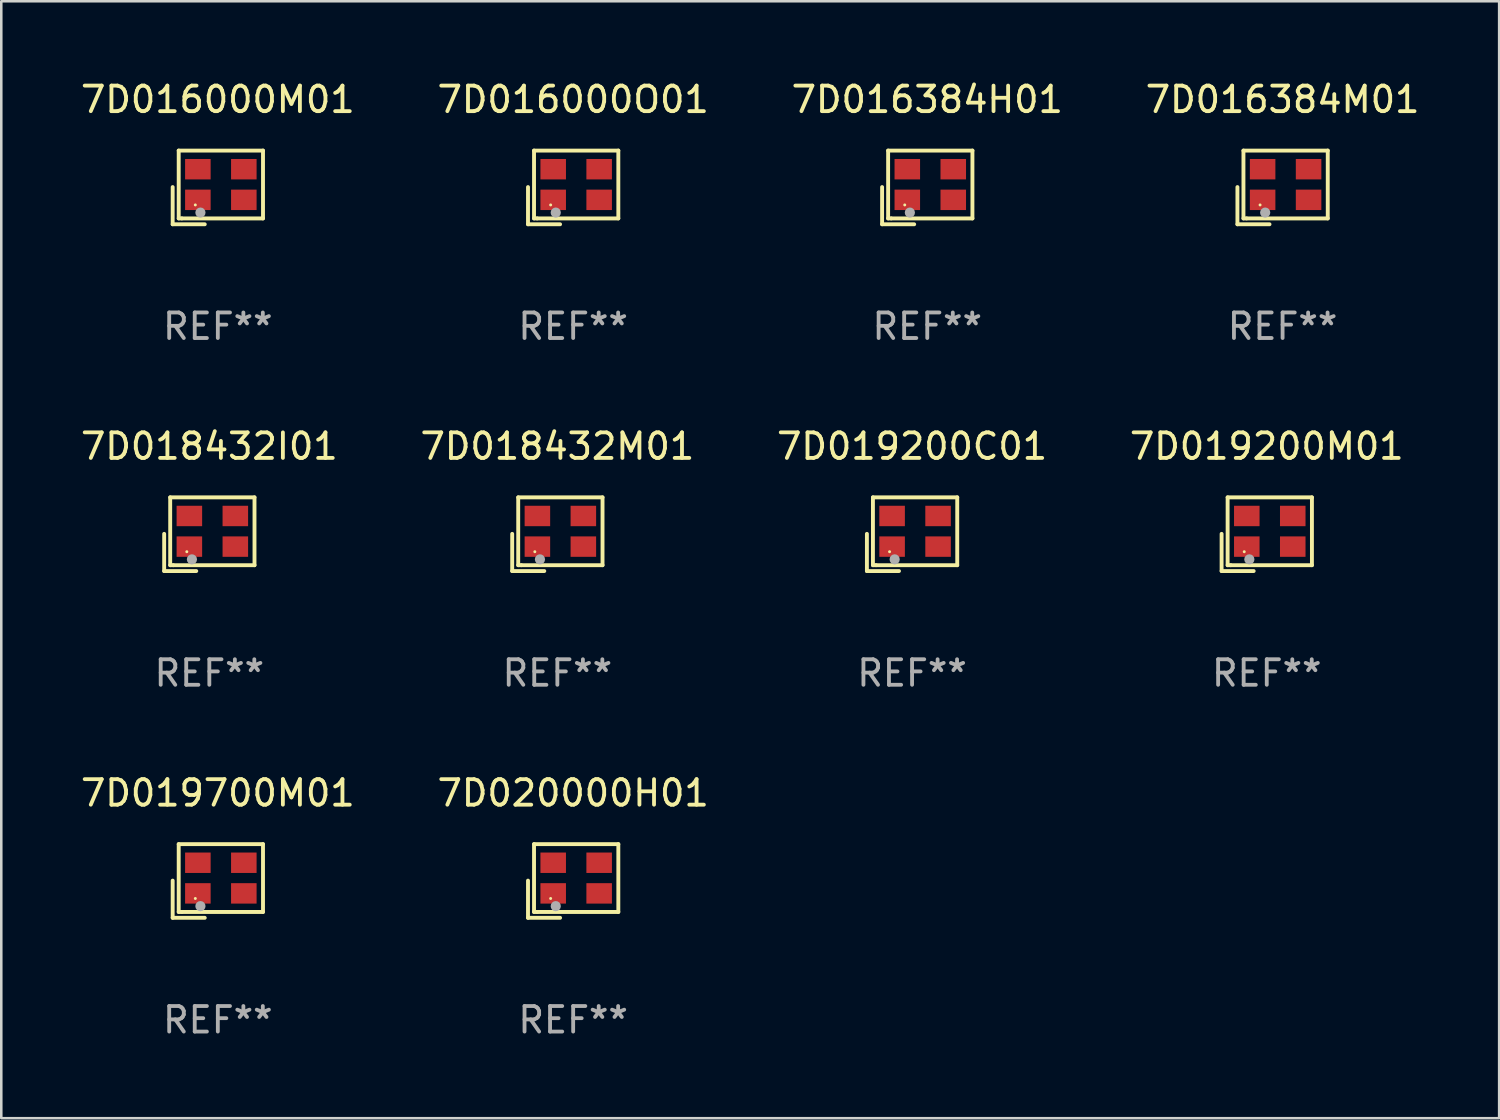
<source format=kicad_pcb>
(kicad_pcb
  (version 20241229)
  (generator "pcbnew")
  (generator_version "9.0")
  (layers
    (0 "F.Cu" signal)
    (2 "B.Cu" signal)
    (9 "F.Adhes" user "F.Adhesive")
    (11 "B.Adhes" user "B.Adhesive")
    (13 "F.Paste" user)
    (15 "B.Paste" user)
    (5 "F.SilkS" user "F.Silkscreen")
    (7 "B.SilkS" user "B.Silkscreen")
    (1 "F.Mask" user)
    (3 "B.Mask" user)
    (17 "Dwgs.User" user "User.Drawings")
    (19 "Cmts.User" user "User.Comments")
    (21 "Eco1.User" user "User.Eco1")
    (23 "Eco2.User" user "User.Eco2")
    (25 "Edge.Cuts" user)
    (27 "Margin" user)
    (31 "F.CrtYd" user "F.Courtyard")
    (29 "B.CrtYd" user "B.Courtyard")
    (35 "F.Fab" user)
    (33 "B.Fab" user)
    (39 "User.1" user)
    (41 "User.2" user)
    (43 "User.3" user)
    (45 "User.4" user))
  (footprint "7D016384M01"
    (layer "F.Cu")
    (at 47.185 4.291)
    (property "Reference" "7D016384M01" (at 0 -3.443 0) (layer "F.SilkS") (effects (font (size 1 1) (thickness 0.15))))
    (attr through_hole)
    (fp_line (start -1.769 -0.014) (end -1.769 1.443) (stroke (width 0.152) (type solid)) (layer "F.SilkS"))
    (fp_line (start -1.769 1.443) (end -0.512 1.443) (stroke (width 0.152) (type solid)) (layer "F.SilkS"))
    (fp_line (start -1.533 -1.443) (end 1.769 -1.443) (stroke (width 0.152) (type solid)) (layer "F.SilkS"))
    (fp_line (start -1.533 1.214) (end -1.533 -1.443) (stroke (width 0.152) (type solid)) (layer "F.SilkS"))
    (fp_line (start -1.411 1.214) (end -1.533 1.214) (stroke (width 0.152) (type solid)) (layer "F.SilkS"))
    (fp_line (start 1.769 -1.443) (end 1.769 1.214) (stroke (width 0.152) (type solid)) (layer "F.SilkS"))
    (fp_line (start 1.769 1.214) (end -1.411 1.214) (stroke (width 0.152) (type solid)) (layer "F.SilkS"))
    (fp_circle (center -0.882 0.686) (end -0.852 0.686) (stroke (width 0.06) (type solid)) (fill no) (layer "F.SilkS"))
    (fp_circle (center -0.682 0.986) (end -0.582 0.986) (stroke (width 0.2) (type solid)) (fill no) (layer "F.Fab"))
    (fp_text user "REF**" (at 0 5.443 0) (layer "F.Fab") (effects (font (size 1 1) (thickness 0.15))))
    (pad "1" smd rect (at -0.782 0.486 90) (size 0.8 1) (layers "F.Cu" "F.Mask" "F.Paste"))
    (pad "2" smd rect (at 1.018 0.486 90) (size 0.8 1) (layers "F.Cu" "F.Mask" "F.Paste"))
    (pad "3" smd rect (at 1.018 -0.714 90) (size 0.8 1) (layers "F.Cu" "F.Mask" "F.Paste"))
    (pad "4" smd rect (at -0.782 -0.714 90) (size 0.8 1) (layers "F.Cu" "F.Mask" "F.Paste")))
  (footprint "7D019200C01"
    (layer "F.Cu")
    (at 32.673 17.873)
    (property "Reference" "7D019200C01" (at 0 -3.443 0) (layer "F.SilkS") (effects (font (size 1 1) (thickness 0.15))))
    (attr through_hole)
    (fp_line (start -1.769 -0.014) (end -1.769 1.443) (stroke (width 0.152) (type solid)) (layer "F.SilkS"))
    (fp_line (start -1.769 1.443) (end -0.512 1.443) (stroke (width 0.152) (type solid)) (layer "F.SilkS"))
    (fp_line (start -1.533 -1.443) (end 1.769 -1.443) (stroke (width 0.152) (type solid)) (layer "F.SilkS"))
    (fp_line (start -1.533 1.214) (end -1.533 -1.443) (stroke (width 0.152) (type solid)) (layer "F.SilkS"))
    (fp_line (start -1.411 1.214) (end -1.533 1.214) (stroke (width 0.152) (type solid)) (layer "F.SilkS"))
    (fp_line (start 1.769 -1.443) (end 1.769 1.214) (stroke (width 0.152) (type solid)) (layer "F.SilkS"))
    (fp_line (start 1.769 1.214) (end -1.411 1.214) (stroke (width 0.152) (type solid)) (layer "F.SilkS"))
    (fp_circle (center -0.882 0.686) (end -0.852 0.686) (stroke (width 0.06) (type solid)) (fill no) (layer "F.SilkS"))
    (fp_circle (center -0.682 0.986) (end -0.582 0.986) (stroke (width 0.2) (type solid)) (fill no) (layer "F.Fab"))
    (fp_text user "REF**" (at 0 5.443 0) (layer "F.Fab") (effects (font (size 1 1) (thickness 0.15))))
    (pad "1" smd rect (at -0.782 0.486 90) (size 0.8 1) (layers "F.Cu" "F.Mask" "F.Paste"))
    (pad "2" smd rect (at 1.018 0.486 90) (size 0.8 1) (layers "F.Cu" "F.Mask" "F.Paste"))
    (pad "3" smd rect (at 1.018 -0.714 90) (size 0.8 1) (layers "F.Cu" "F.Mask" "F.Paste"))
    (pad "4" smd rect (at -0.782 -0.714 90) (size 0.8 1) (layers "F.Cu" "F.Mask" "F.Paste")))
  (footprint "7D020000H01"
    (layer "F.Cu")
    (at 19.399 31.455)
    (property "Reference" "7D020000H01" (at 0 -3.443 0) (layer "F.SilkS") (effects (font (size 1 1) (thickness 0.15))))
    (attr through_hole)
    (fp_line (start -1.769 -0.014) (end -1.769 1.443) (stroke (width 0.152) (type solid)) (layer "F.SilkS"))
    (fp_line (start -1.769 1.443) (end -0.512 1.443) (stroke (width 0.152) (type solid)) (layer "F.SilkS"))
    (fp_line (start -1.533 -1.443) (end 1.769 -1.443) (stroke (width 0.152) (type solid)) (layer "F.SilkS"))
    (fp_line (start -1.533 1.214) (end -1.533 -1.443) (stroke (width 0.152) (type solid)) (layer "F.SilkS"))
    (fp_line (start -1.411 1.214) (end -1.533 1.214) (stroke (width 0.152) (type solid)) (layer "F.SilkS"))
    (fp_line (start 1.769 -1.443) (end 1.769 1.214) (stroke (width 0.152) (type solid)) (layer "F.SilkS"))
    (fp_line (start 1.769 1.214) (end -1.411 1.214) (stroke (width 0.152) (type solid)) (layer "F.SilkS"))
    (fp_circle (center -0.882 0.686) (end -0.852 0.686) (stroke (width 0.06) (type solid)) (fill no) (layer "F.SilkS"))
    (fp_circle (center -0.682 0.986) (end -0.582 0.986) (stroke (width 0.2) (type solid)) (fill no) (layer "F.Fab"))
    (fp_text user "REF**" (at 0 5.443 0) (layer "F.Fab") (effects (font (size 1 1) (thickness 0.15))))
    (pad "1" smd rect (at -0.782 0.486 90) (size 0.8 1) (layers "F.Cu" "F.Mask" "F.Paste"))
    (pad "2" smd rect (at 1.018 0.486 90) (size 0.8 1) (layers "F.Cu" "F.Mask" "F.Paste"))
    (pad "3" smd rect (at 1.018 -0.714 90) (size 0.8 1) (layers "F.Cu" "F.Mask" "F.Paste"))
    (pad "4" smd rect (at -0.782 -0.714 90) (size 0.8 1) (layers "F.Cu" "F.Mask" "F.Paste")))
  (footprint "7D018432M01"
    (layer "F.Cu")
    (at 18.78 17.873)
    (property "Reference" "7D018432M01" (at 0 -3.443 0) (layer "F.SilkS") (effects (font (size 1 1) (thickness 0.15))))
    (attr through_hole)
    (fp_line (start -1.769 -0.014) (end -1.769 1.443) (stroke (width 0.152) (type solid)) (layer "F.SilkS"))
    (fp_line (start -1.769 1.443) (end -0.512 1.443) (stroke (width 0.152) (type solid)) (layer "F.SilkS"))
    (fp_line (start -1.533 -1.443) (end 1.769 -1.443) (stroke (width 0.152) (type solid)) (layer "F.SilkS"))
    (fp_line (start -1.533 1.214) (end -1.533 -1.443) (stroke (width 0.152) (type solid)) (layer "F.SilkS"))
    (fp_line (start -1.411 1.214) (end -1.533 1.214) (stroke (width 0.152) (type solid)) (layer "F.SilkS"))
    (fp_line (start 1.769 -1.443) (end 1.769 1.214) (stroke (width 0.152) (type solid)) (layer "F.SilkS"))
    (fp_line (start 1.769 1.214) (end -1.411 1.214) (stroke (width 0.152) (type solid)) (layer "F.SilkS"))
    (fp_circle (center -0.882 0.686) (end -0.852 0.686) (stroke (width 0.06) (type solid)) (fill no) (layer "F.SilkS"))
    (fp_circle (center -0.682 0.986) (end -0.582 0.986) (stroke (width 0.2) (type solid)) (fill no) (layer "F.Fab"))
    (fp_text user "REF**" (at 0 5.443 0) (layer "F.Fab") (effects (font (size 1 1) (thickness 0.15))))
    (pad "1" smd rect (at -0.782 0.486 90) (size 0.8 1) (layers "F.Cu" "F.Mask" "F.Paste"))
    (pad "2" smd rect (at 1.018 0.486 90) (size 0.8 1) (layers "F.Cu" "F.Mask" "F.Paste"))
    (pad "3" smd rect (at 1.018 -0.714 90) (size 0.8 1) (layers "F.Cu" "F.Mask" "F.Paste"))
    (pad "4" smd rect (at -0.782 -0.714 90) (size 0.8 1) (layers "F.Cu" "F.Mask" "F.Paste")))
  (footprint "7D016000O01"
    (layer "F.Cu")
    (at 19.399 4.291)
    (property "Reference" "7D016000O01" (at 0 -3.443 0) (layer "F.SilkS") (effects (font (size 1 1) (thickness 0.15))))
    (attr through_hole)
    (fp_line (start -1.769 -0.014) (end -1.769 1.443) (stroke (width 0.152) (type solid)) (layer "F.SilkS"))
    (fp_line (start -1.769 1.443) (end -0.512 1.443) (stroke (width 0.152) (type solid)) (layer "F.SilkS"))
    (fp_line (start -1.533 -1.443) (end 1.769 -1.443) (stroke (width 0.152) (type solid)) (layer "F.SilkS"))
    (fp_line (start -1.533 1.214) (end -1.533 -1.443) (stroke (width 0.152) (type solid)) (layer "F.SilkS"))
    (fp_line (start -1.411 1.214) (end -1.533 1.214) (stroke (width 0.152) (type solid)) (layer "F.SilkS"))
    (fp_line (start 1.769 -1.443) (end 1.769 1.214) (stroke (width 0.152) (type solid)) (layer "F.SilkS"))
    (fp_line (start 1.769 1.214) (end -1.411 1.214) (stroke (width 0.152) (type solid)) (layer "F.SilkS"))
    (fp_circle (center -0.882 0.686) (end -0.852 0.686) (stroke (width 0.06) (type solid)) (fill no) (layer "F.SilkS"))
    (fp_circle (center -0.682 0.986) (end -0.582 0.986) (stroke (width 0.2) (type solid)) (fill no) (layer "F.Fab"))
    (fp_text user "REF**" (at 0 5.443 0) (layer "F.Fab") (effects (font (size 1 1) (thickness 0.15))))
    (pad "1" smd rect (at -0.782 0.486 90) (size 0.8 1) (layers "F.Cu" "F.Mask" "F.Paste"))
    (pad "2" smd rect (at 1.018 0.486 90) (size 0.8 1) (layers "F.Cu" "F.Mask" "F.Paste"))
    (pad "3" smd rect (at 1.018 -0.714 90) (size 0.8 1) (layers "F.Cu" "F.Mask" "F.Paste"))
    (pad "4" smd rect (at -0.782 -0.714 90) (size 0.8 1) (layers "F.Cu" "F.Mask" "F.Paste")))
  (footprint "7D019700M01"
    (layer "F.Cu")
    (at 5.482 31.455)
    (property "Reference" "7D019700M01" (at 0 -3.443 0) (layer "F.SilkS") (effects (font (size 1 1) (thickness 0.15))))
    (attr through_hole)
    (fp_line (start -1.769 -0.014) (end -1.769 1.443) (stroke (width 0.152) (type solid)) (layer "F.SilkS"))
    (fp_line (start -1.769 1.443) (end -0.512 1.443) (stroke (width 0.152) (type solid)) (layer "F.SilkS"))
    (fp_line (start -1.533 -1.443) (end 1.769 -1.443) (stroke (width 0.152) (type solid)) (layer "F.SilkS"))
    (fp_line (start -1.533 1.214) (end -1.533 -1.443) (stroke (width 0.152) (type solid)) (layer "F.SilkS"))
    (fp_line (start -1.411 1.214) (end -1.533 1.214) (stroke (width 0.152) (type solid)) (layer "F.SilkS"))
    (fp_line (start 1.769 -1.443) (end 1.769 1.214) (stroke (width 0.152) (type solid)) (layer "F.SilkS"))
    (fp_line (start 1.769 1.214) (end -1.411 1.214) (stroke (width 0.152) (type solid)) (layer "F.SilkS"))
    (fp_circle (center -0.882 0.686) (end -0.852 0.686) (stroke (width 0.06) (type solid)) (fill no) (layer "F.SilkS"))
    (fp_circle (center -0.682 0.986) (end -0.582 0.986) (stroke (width 0.2) (type solid)) (fill no) (layer "F.Fab"))
    (fp_text user "REF**" (at 0 5.443 0) (layer "F.Fab") (effects (font (size 1 1) (thickness 0.15))))
    (pad "1" smd rect (at -0.782 0.486 90) (size 0.8 1) (layers "F.Cu" "F.Mask" "F.Paste"))
    (pad "2" smd rect (at 1.018 0.486 90) (size 0.8 1) (layers "F.Cu" "F.Mask" "F.Paste"))
    (pad "3" smd rect (at 1.018 -0.714 90) (size 0.8 1) (layers "F.Cu" "F.Mask" "F.Paste"))
    (pad "4" smd rect (at -0.782 -0.714 90) (size 0.8 1) (layers "F.Cu" "F.Mask" "F.Paste")))
  (footprint "7D019200M01"
    (layer "F.Cu")
    (at 46.565 17.873)
    (property "Reference" "7D019200M01" (at 0 -3.443 0) (layer "F.SilkS") (effects (font (size 1 1) (thickness 0.15))))
    (attr through_hole)
    (fp_line (start -1.769 -0.014) (end -1.769 1.443) (stroke (width 0.152) (type solid)) (layer "F.SilkS"))
    (fp_line (start -1.769 1.443) (end -0.512 1.443) (stroke (width 0.152) (type solid)) (layer "F.SilkS"))
    (fp_line (start -1.533 -1.443) (end 1.769 -1.443) (stroke (width 0.152) (type solid)) (layer "F.SilkS"))
    (fp_line (start -1.533 1.214) (end -1.533 -1.443) (stroke (width 0.152) (type solid)) (layer "F.SilkS"))
    (fp_line (start -1.411 1.214) (end -1.533 1.214) (stroke (width 0.152) (type solid)) (layer "F.SilkS"))
    (fp_line (start 1.769 -1.443) (end 1.769 1.214) (stroke (width 0.152) (type solid)) (layer "F.SilkS"))
    (fp_line (start 1.769 1.214) (end -1.411 1.214) (stroke (width 0.152) (type solid)) (layer "F.SilkS"))
    (fp_circle (center -0.882 0.686) (end -0.852 0.686) (stroke (width 0.06) (type solid)) (fill no) (layer "F.SilkS"))
    (fp_circle (center -0.682 0.986) (end -0.582 0.986) (stroke (width 0.2) (type solid)) (fill no) (layer "F.Fab"))
    (fp_text user "REF**" (at 0 5.443 0) (layer "F.Fab") (effects (font (size 1 1) (thickness 0.15))))
    (pad "1" smd rect (at -0.782 0.486 90) (size 0.8 1) (layers "F.Cu" "F.Mask" "F.Paste"))
    (pad "2" smd rect (at 1.018 0.486 90) (size 0.8 1) (layers "F.Cu" "F.Mask" "F.Paste"))
    (pad "3" smd rect (at 1.018 -0.714 90) (size 0.8 1) (layers "F.Cu" "F.Mask" "F.Paste"))
    (pad "4" smd rect (at -0.782 -0.714 90) (size 0.8 1) (layers "F.Cu" "F.Mask" "F.Paste")))
  (footprint "7D016384H01"
    (layer "F.Cu")
    (at 33.268 4.291)
    (property "Reference" "7D016384H01" (at 0 -3.443 0) (layer "F.SilkS") (effects (font (size 1 1) (thickness 0.15))))
    (attr through_hole)
    (fp_line (start -1.769 -0.014) (end -1.769 1.443) (stroke (width 0.152) (type solid)) (layer "F.SilkS"))
    (fp_line (start -1.769 1.443) (end -0.512 1.443) (stroke (width 0.152) (type solid)) (layer "F.SilkS"))
    (fp_line (start -1.533 -1.443) (end 1.769 -1.443) (stroke (width 0.152) (type solid)) (layer "F.SilkS"))
    (fp_line (start -1.533 1.214) (end -1.533 -1.443) (stroke (width 0.152) (type solid)) (layer "F.SilkS"))
    (fp_line (start -1.411 1.214) (end -1.533 1.214) (stroke (width 0.152) (type solid)) (layer "F.SilkS"))
    (fp_line (start 1.769 -1.443) (end 1.769 1.214) (stroke (width 0.152) (type solid)) (layer "F.SilkS"))
    (fp_line (start 1.769 1.214) (end -1.411 1.214) (stroke (width 0.152) (type solid)) (layer "F.SilkS"))
    (fp_circle (center -0.882 0.686) (end -0.852 0.686) (stroke (width 0.06) (type solid)) (fill no) (layer "F.SilkS"))
    (fp_circle (center -0.682 0.986) (end -0.582 0.986) (stroke (width 0.2) (type solid)) (fill no) (layer "F.Fab"))
    (fp_text user "REF**" (at 0 5.443 0) (layer "F.Fab") (effects (font (size 1 1) (thickness 0.15))))
    (pad "1" smd rect (at -0.782 0.486 90) (size 0.8 1) (layers "F.Cu" "F.Mask" "F.Paste"))
    (pad "2" smd rect (at 1.018 0.486 90) (size 0.8 1) (layers "F.Cu" "F.Mask" "F.Paste"))
    (pad "3" smd rect (at 1.018 -0.714 90) (size 0.8 1) (layers "F.Cu" "F.Mask" "F.Paste"))
    (pad "4" smd rect (at -0.782 -0.714 90) (size 0.8 1) (layers "F.Cu" "F.Mask" "F.Paste")))
  (footprint "7D018432I01"
    (layer "F.Cu")
    (at 5.149 17.873)
    (property "Reference" "7D018432I01" (at 0 -3.443 0) (layer "F.SilkS") (effects (font (size 1 1) (thickness 0.15))))
    (attr through_hole)
    (fp_line (start -1.769 -0.014) (end -1.769 1.443) (stroke (width 0.152) (type solid)) (layer "F.SilkS"))
    (fp_line (start -1.769 1.443) (end -0.512 1.443) (stroke (width 0.152) (type solid)) (layer "F.SilkS"))
    (fp_line (start -1.533 -1.443) (end 1.769 -1.443) (stroke (width 0.152) (type solid)) (layer "F.SilkS"))
    (fp_line (start -1.533 1.214) (end -1.533 -1.443) (stroke (width 0.152) (type solid)) (layer "F.SilkS"))
    (fp_line (start -1.411 1.214) (end -1.533 1.214) (stroke (width 0.152) (type solid)) (layer "F.SilkS"))
    (fp_line (start 1.769 -1.443) (end 1.769 1.214) (stroke (width 0.152) (type solid)) (layer "F.SilkS"))
    (fp_line (start 1.769 1.214) (end -1.411 1.214) (stroke (width 0.152) (type solid)) (layer "F.SilkS"))
    (fp_circle (center -0.882 0.686) (end -0.852 0.686) (stroke (width 0.06) (type solid)) (fill no) (layer "F.SilkS"))
    (fp_circle (center -0.682 0.986) (end -0.582 0.986) (stroke (width 0.2) (type solid)) (fill no) (layer "F.Fab"))
    (fp_text user "REF**" (at 0 5.443 0) (layer "F.Fab") (effects (font (size 1 1) (thickness 0.15))))
    (pad "1" smd rect (at -0.782 0.486 90) (size 0.8 1) (layers "F.Cu" "F.Mask" "F.Paste"))
    (pad "2" smd rect (at 1.018 0.486 90) (size 0.8 1) (layers "F.Cu" "F.Mask" "F.Paste"))
    (pad "3" smd rect (at 1.018 -0.714 90) (size 0.8 1) (layers "F.Cu" "F.Mask" "F.Paste"))
    (pad "4" smd rect (at -0.782 -0.714 90) (size 0.8 1) (layers "F.Cu" "F.Mask" "F.Paste")))
  (footprint "7D016000M01"
    (layer "F.Cu")
    (at 5.482 4.291)
    (property "Reference" "7D016000M01" (at 0 -3.443 0) (layer "F.SilkS") (effects (font (size 1 1) (thickness 0.15))))
    (attr through_hole)
    (fp_line (start -1.769 -0.014) (end -1.769 1.443) (stroke (width 0.152) (type solid)) (layer "F.SilkS"))
    (fp_line (start -1.769 1.443) (end -0.512 1.443) (stroke (width 0.152) (type solid)) (layer "F.SilkS"))
    (fp_line (start -1.533 -1.443) (end 1.769 -1.443) (stroke (width 0.152) (type solid)) (layer "F.SilkS"))
    (fp_line (start -1.533 1.214) (end -1.533 -1.443) (stroke (width 0.152) (type solid)) (layer "F.SilkS"))
    (fp_line (start -1.411 1.214) (end -1.533 1.214) (stroke (width 0.152) (type solid)) (layer "F.SilkS"))
    (fp_line (start 1.769 -1.443) (end 1.769 1.214) (stroke (width 0.152) (type solid)) (layer "F.SilkS"))
    (fp_line (start 1.769 1.214) (end -1.411 1.214) (stroke (width 0.152) (type solid)) (layer "F.SilkS"))
    (fp_circle (center -0.882 0.686) (end -0.852 0.686) (stroke (width 0.06) (type solid)) (fill no) (layer "F.SilkS"))
    (fp_circle (center -0.682 0.986) (end -0.582 0.986) (stroke (width 0.2) (type solid)) (fill no) (layer "F.Fab"))
    (fp_text user "REF**" (at 0 5.443 0) (layer "F.Fab") (effects (font (size 1 1) (thickness 0.15))))
    (pad "1" smd rect (at -0.782 0.486 90) (size 0.8 1) (layers "F.Cu" "F.Mask" "F.Paste"))
    (pad "2" smd rect (at 1.018 0.486 90) (size 0.8 1) (layers "F.Cu" "F.Mask" "F.Paste"))
    (pad "3" smd rect (at 1.018 -0.714 90) (size 0.8 1) (layers "F.Cu" "F.Mask" "F.Paste"))
    (pad "4" smd rect (at -0.782 -0.714 90) (size 0.8 1) (layers "F.Cu" "F.Mask" "F.Paste")))
  (gr_rect
    (start -3 -3)
    (end 55.667 40.746)
    (stroke (width 0.1) (type default))
    (fill no)
    (layer "Edge.Cuts")))
</source>
